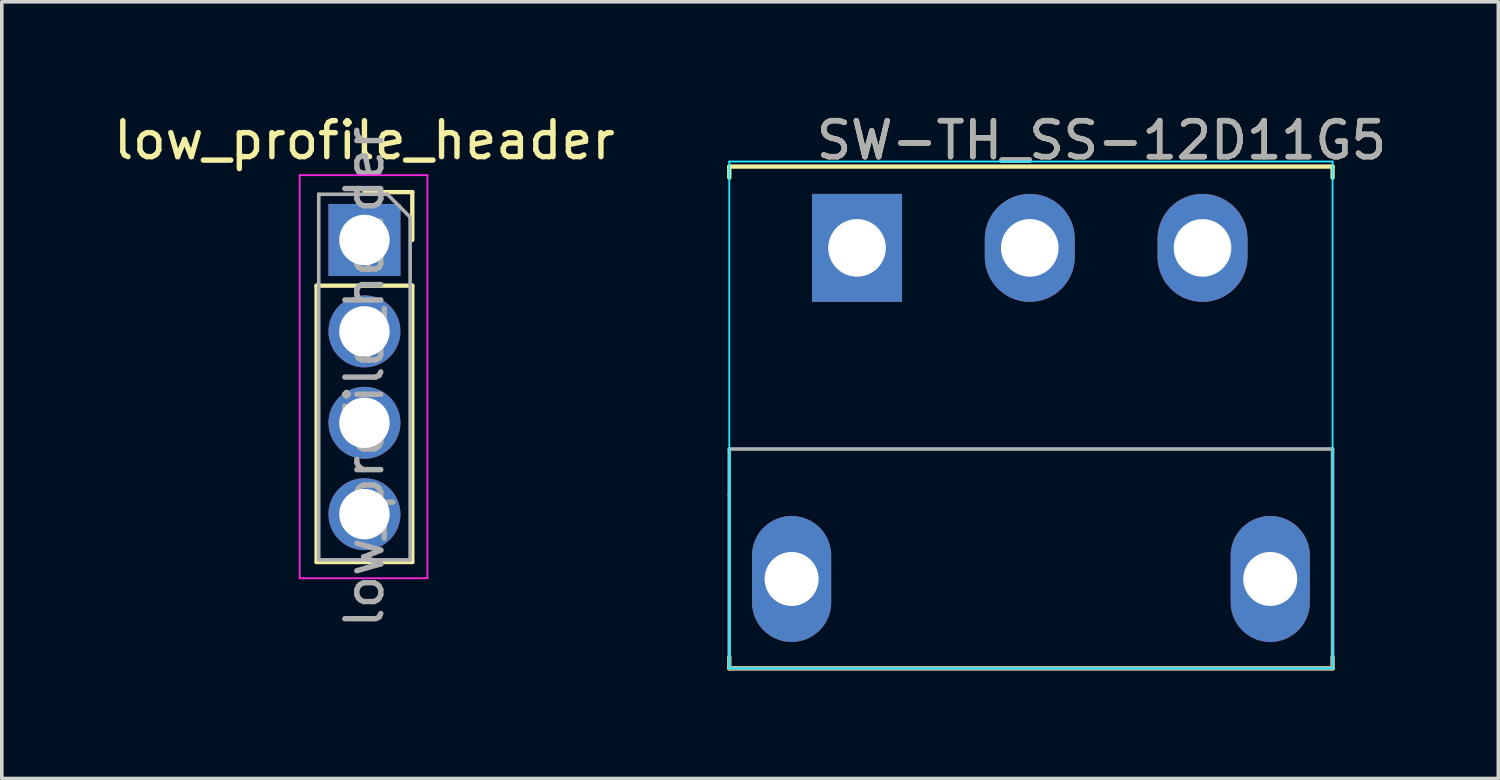
<source format=kicad_pcb>
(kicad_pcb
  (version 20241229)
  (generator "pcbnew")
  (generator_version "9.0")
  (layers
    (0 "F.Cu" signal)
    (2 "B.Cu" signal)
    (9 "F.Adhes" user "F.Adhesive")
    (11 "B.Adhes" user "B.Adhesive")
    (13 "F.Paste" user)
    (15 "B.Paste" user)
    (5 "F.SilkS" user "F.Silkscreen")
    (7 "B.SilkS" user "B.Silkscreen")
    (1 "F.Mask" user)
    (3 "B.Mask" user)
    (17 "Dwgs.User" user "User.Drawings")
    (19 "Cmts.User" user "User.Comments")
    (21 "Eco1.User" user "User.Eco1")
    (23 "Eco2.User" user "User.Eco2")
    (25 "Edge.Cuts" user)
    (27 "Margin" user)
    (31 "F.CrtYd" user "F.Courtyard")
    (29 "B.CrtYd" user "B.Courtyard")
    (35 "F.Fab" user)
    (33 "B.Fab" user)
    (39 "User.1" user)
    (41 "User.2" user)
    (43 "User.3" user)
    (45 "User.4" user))
  (footprint "low_profile_header"
    (layer "F.Cu")
    (at 7.077 3.618)
    (property "Reference" "low_profile_header" (at 0 -2.77 0) (layer "F.SilkS") (effects (font (size 1 1) (thickness 0.15))))
    (attr through_hole)
    (fp_line (start -1.33 1.27) (end -1.33 8.95) (stroke (width 0.12) (type solid)) (layer "F.SilkS"))
    (fp_line (start -1.33 1.27) (end 1.33 1.27) (stroke (width 0.12) (type solid)) (layer "F.SilkS"))
    (fp_line (start -1.33 8.95) (end 1.33 8.95) (stroke (width 0.12) (type solid)) (layer "F.SilkS"))
    (fp_line (start 0 -1.33) (end 1.33 -1.33) (stroke (width 0.12) (type solid)) (layer "F.SilkS"))
    (fp_line (start 1.33 -1.33) (end 1.33 0) (stroke (width 0.12) (type solid)) (layer "F.SilkS"))
    (fp_line (start 1.33 1.27) (end 1.33 8.95) (stroke (width 0.12) (type solid)) (layer "F.SilkS"))
    (fp_line (start -1.8 -1.8) (end 1.75 -1.8) (stroke (width 0.05) (type solid)) (layer "F.CrtYd"))
    (fp_line (start -1.8 9.4) (end -1.8 -1.8) (stroke (width 0.05) (type solid)) (layer "F.CrtYd"))
    (fp_line (start 1.75 -1.8) (end 1.75 9.4) (stroke (width 0.05) (type solid)) (layer "F.CrtYd"))
    (fp_line (start 1.75 9.4) (end -1.8 9.4) (stroke (width 0.05) (type solid)) (layer "F.CrtYd"))
    (fp_line (start -1.27 -1.27) (end 0.635 -1.27) (stroke (width 0.1) (type solid)) (layer "F.Fab"))
    (fp_line (start -1.27 8.89) (end -1.27 -1.27) (stroke (width 0.1) (type solid)) (layer "F.Fab"))
    (fp_line (start 0.635 -1.27) (end 1.27 -0.635) (stroke (width 0.1) (type solid)) (layer "F.Fab"))
    (fp_line (start 1.27 -0.635) (end 1.27 8.89) (stroke (width 0.1) (type solid)) (layer "F.Fab"))
    (fp_line (start 1.27 8.89) (end -1.27 8.89) (stroke (width 0.1) (type solid)) (layer "F.Fab"))
    (fp_text user "${REFERENCE}" (at 0 3.81 90) (layer "F.Fab") (effects (font (size 1 1) (thickness 0.15))))
    (pad "1" thru_hole rect (at 0 0) (size 2 2) (drill 1.4) (layers "*.Cu" "*.Mask"))
    (pad "2" thru_hole oval (at 0 2.54) (size 2 2) (drill 1.4) (layers "*.Cu" "*.Mask"))
    (pad "3" thru_hole oval (at 0 5.08) (size 2 2) (drill 1.4) (layers "*.Cu" "*.Mask"))
    (pad "4" thru_hole oval (at 0 7.62) (size 2 2) (drill 1.4) (layers "*.Cu" "*.Mask")))
  (footprint "SW-TH_SS-12D11G5"
    (layer "F.Cu")
    (at 23.565 3.838)
    (property "Reference" "SW-TH_SS-12D11G5" (at 3.99 -2.99 0) (layer "F.SilkS") (effects (font (size 1 1) (thickness 0.15))))
    (attr through_hole)
    (fp_line (start -6.35 -2.26) (end 10.414 -2.26) (stroke (width 0.12) (type solid)) (layer "F.SilkS"))
    (fp_line (start -6.35 -1.95) (end -6.35 -2.26) (stroke (width 0.12) (type solid)) (layer "F.SilkS"))
    (fp_line (start -6.35 11.684) (end -6.35 11.374) (stroke (width 0.12) (type solid)) (layer "F.SilkS"))
    (fp_line (start 10.414 -2.26) (end 10.414 -1.95) (stroke (width 0.12) (type solid)) (layer "F.SilkS"))
    (fp_line (start 10.414 11.684) (end -6.35 11.684) (stroke (width 0.12) (type solid)) (layer "F.SilkS"))
    (fp_line (start 10.414 11.684) (end 10.414 11.374) (stroke (width 0.12) (type solid)) (layer "F.SilkS"))
    (fp_line (start -6.35 -2.4) (end 10.414 -2.4) (stroke (width 0.05) (type solid)) (layer "B.CrtYd"))
    (fp_line (start -6.35 11.684) (end -6.35 -2.4) (stroke (width 0.05) (type solid)) (layer "B.CrtYd"))
    (fp_line (start 10.414 -2.4) (end 10.414 11.684) (stroke (width 0.05) (type solid)) (layer "B.CrtYd"))
    (fp_line (start 10.414 11.684) (end -6.35 11.684) (stroke (width 0.05) (type solid)) (layer "B.CrtYd"))
    (fp_line (start -6.35 5.588) (end -6.35 6.858) (stroke (width 0.1) (type solid)) (layer "F.Fab"))
    (fp_line (start -6.35 11.684) (end -6.35 6.858) (stroke (width 0.1) (type solid)) (layer "F.Fab"))
    (fp_line (start 10.414 5.588) (end -6.35 5.588) (stroke (width 0.1) (type solid)) (layer "F.Fab"))
    (fp_line (start 10.414 11.684) (end -6.35 11.684) (stroke (width 0.1) (type solid)) (layer "F.Fab"))
    (fp_line (start 10.414 11.684) (end 10.414 5.588) (stroke (width 0.1) (type solid)) (layer "F.Fab"))
    (fp_text user "${REFERENCE}" (at 3.99 -2.99 0) (layer "F.Fab") (effects (font (size 1 1) (thickness 0.15))))
    (pad "" thru_hole oval (at -4.618 9.2) (size 2.2 3.5) (drill 1.5) (layers "*.Cu" "*.Mask"))
    (pad "" thru_hole oval (at 8.682 9.2) (size 2.2 3.5) (drill 1.5) (layers "*.Cu" "*.Mask"))
    (pad "1" thru_hole rect (at -2.8 0) (size 2.5 3) (drill 1.6) (layers "*.Cu" "*.Mask"))
    (pad "2" thru_hole oval (at 2 0) (size 2.5 3) (drill 1.6) (layers "*.Cu" "*.Mask"))
    (pad "3" thru_hole oval (at 6.8 0) (size 2.5 3) (drill 1.6) (layers "*.Cu" "*.Mask")))
  (gr_rect
    (start -3 -3)
    (end 38.585 18.582)
    (stroke (width 0.1) (type default))
    (fill no)
    (layer "Edge.Cuts")))
</source>
